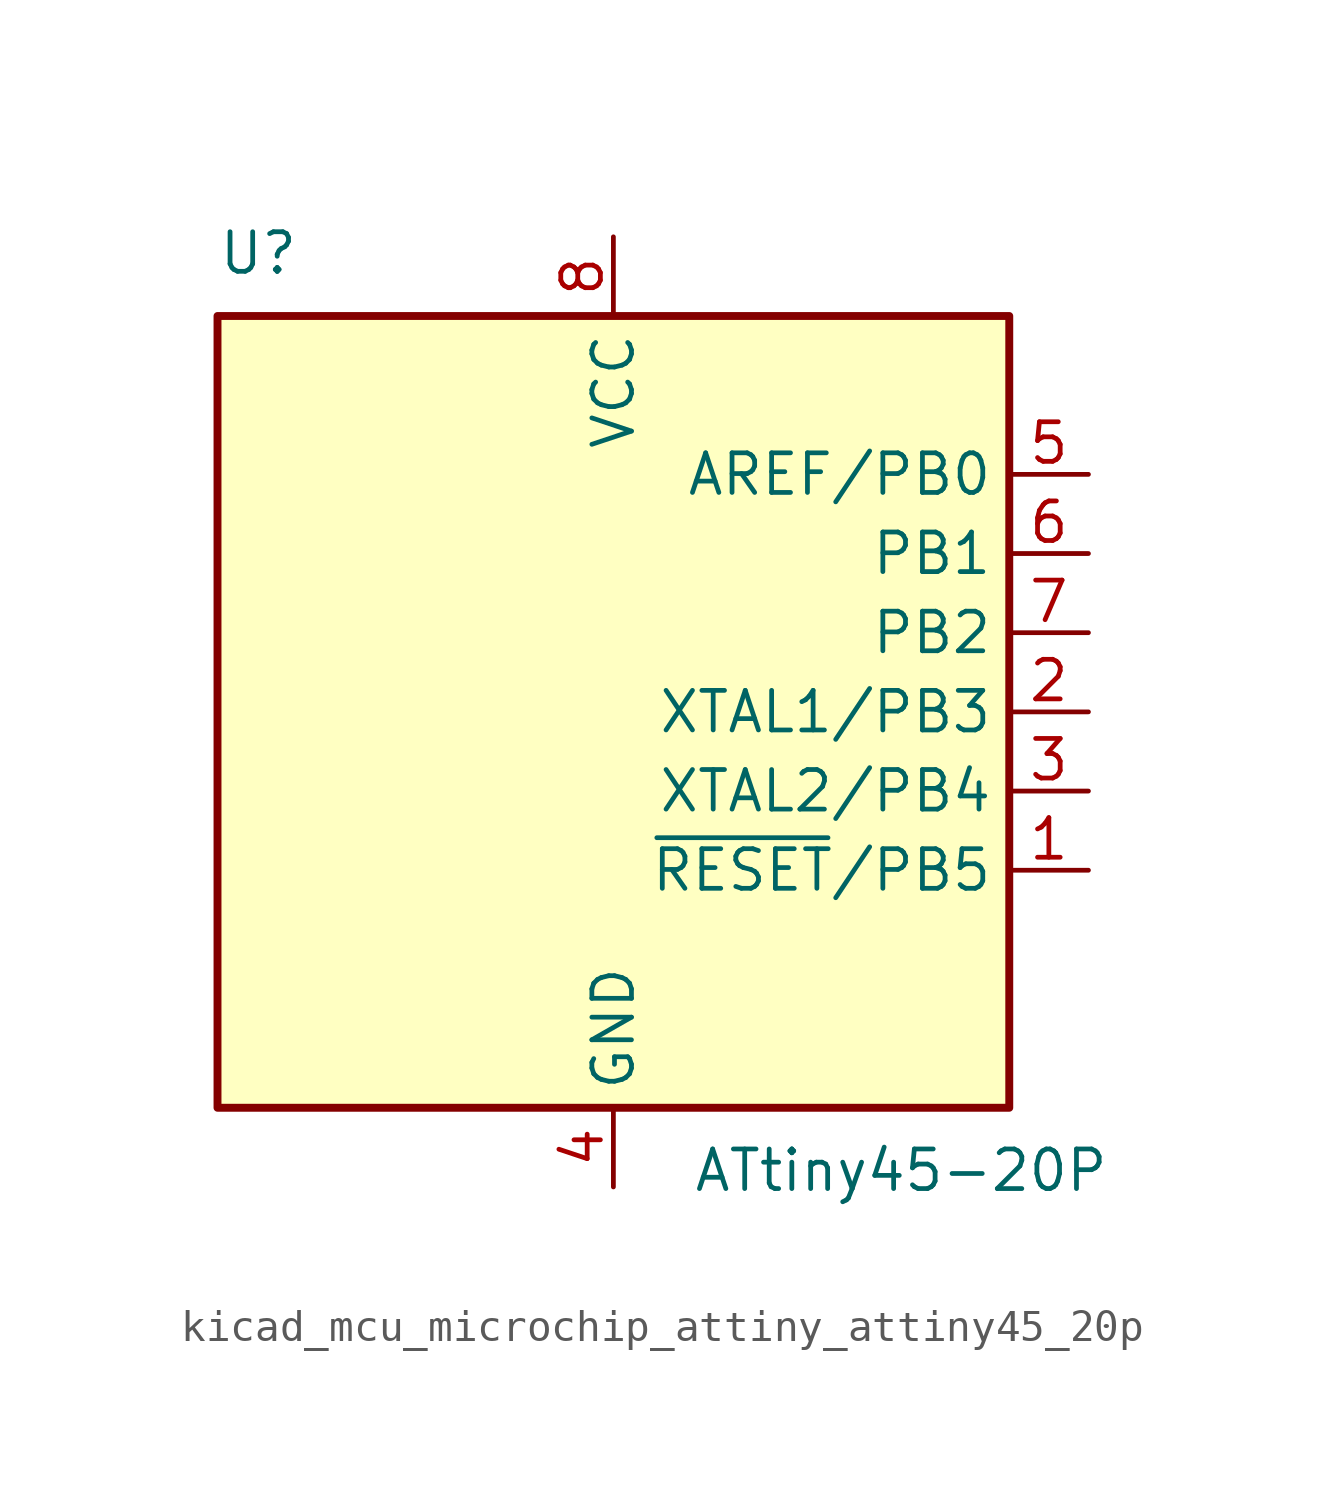
<source format=kicad_sym>
(kicad_symbol_lib
  (version 20220914)
  (generator kicad_symbol_editor)
  (symbol "kicad_mcu_microchip_attiny_attiny45_20p"
    (property "Reference" "U"
      (at -12.7 13.97 0)
      (effects (font (size 1.27 1.27)) (justify left bottom)))
    (property "Value" "ATtiny45-20P"
      (at 2.54 -13.97 0)
      (effects (font (size 1.27 1.27)) (justify left top)))
    (symbol "kicad_mcu_microchip_attiny_attiny45_20p_0_1"
      (rectangle (start -12.7 -12.7) (end 12.7 12.7) (stroke (width 0.254) (type default)) (fill (type background))))
    (symbol "kicad_mcu_microchip_attiny_attiny45_20p_1_1"
      (pin bidirectional line (at 15.24 -5.08 180) (length 2.54) (name "~{RESET}/PB5" (effects (font (size 1.27 1.27)))) (number "1" (effects (font (size 1.27 1.27)))))
      (pin bidirectional line (at 15.24 0 180) (length 2.54) (name "XTAL1/PB3" (effects (font (size 1.27 1.27)))) (number "2" (effects (font (size 1.27 1.27)))))
      (pin bidirectional line (at 15.24 -2.54 180) (length 2.54) (name "XTAL2/PB4" (effects (font (size 1.27 1.27)))) (number "3" (effects (font (size 1.27 1.27)))))
      (pin power_in line (at 0 -15.24 90) (length 2.54) (name "GND" (effects (font (size 1.27 1.27)))) (number "4" (effects (font (size 1.27 1.27)))))
      (pin bidirectional line (at 15.24 7.62 180) (length 2.54) (name "AREF/PB0" (effects (font (size 1.27 1.27)))) (number "5" (effects (font (size 1.27 1.27)))))
      (pin bidirectional line (at 15.24 5.08 180) (length 2.54) (name "PB1" (effects (font (size 1.27 1.27)))) (number "6" (effects (font (size 1.27 1.27)))))
      (pin bidirectional line (at 15.24 2.54 180) (length 2.54) (name "PB2" (effects (font (size 1.27 1.27)))) (number "7" (effects (font (size 1.27 1.27)))))
      (pin power_in line (at 0 15.24 270) (length 2.54) (name "VCC" (effects (font (size 1.27 1.27)))) (number "8" (effects (font (size 1.27 1.27))))))))
</source>
